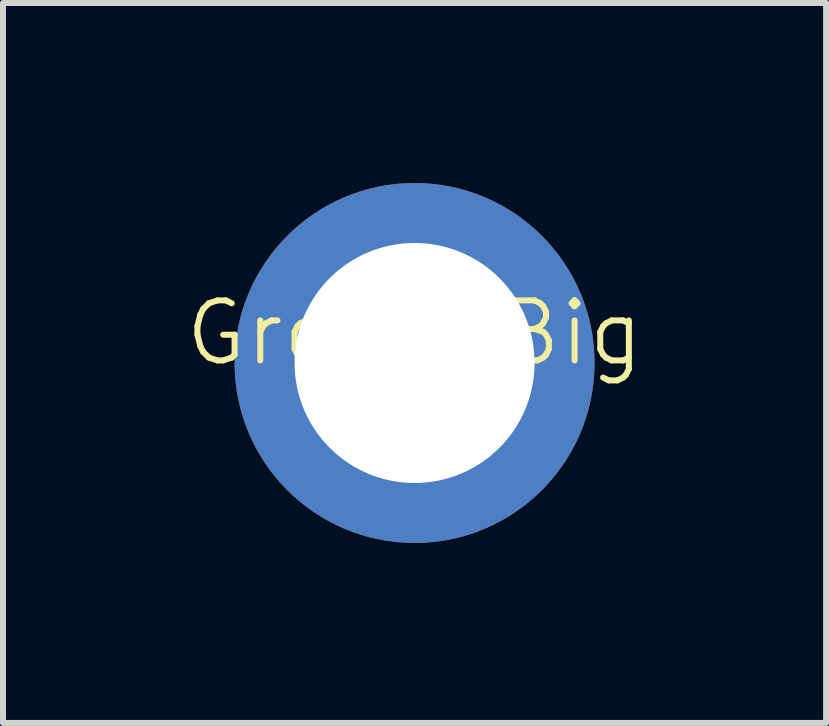
<source format=kicad_pcb>
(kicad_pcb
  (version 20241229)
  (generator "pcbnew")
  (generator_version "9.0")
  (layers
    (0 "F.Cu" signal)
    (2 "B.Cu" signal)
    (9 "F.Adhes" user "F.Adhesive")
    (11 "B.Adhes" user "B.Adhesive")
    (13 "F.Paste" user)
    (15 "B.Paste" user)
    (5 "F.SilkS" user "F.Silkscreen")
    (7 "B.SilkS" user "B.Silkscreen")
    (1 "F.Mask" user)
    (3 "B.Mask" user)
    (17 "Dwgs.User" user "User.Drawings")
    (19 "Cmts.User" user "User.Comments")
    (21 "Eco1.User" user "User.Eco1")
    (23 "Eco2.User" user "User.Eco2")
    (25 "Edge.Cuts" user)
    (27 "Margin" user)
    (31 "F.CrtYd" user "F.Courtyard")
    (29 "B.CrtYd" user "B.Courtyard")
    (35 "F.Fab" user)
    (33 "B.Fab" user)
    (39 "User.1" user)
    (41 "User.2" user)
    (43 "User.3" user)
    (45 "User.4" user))
  (footprint "GroundBig"
    (layer "F.Cu")
    (at 3.86 3)
    (property "Reference" "GroundBig" (at 0 -0.5 0) (unlocked yes) (layer "F.SilkS") (effects (font (size 1 1) (thickness 0.1))))
    (attr through_hole)
    (pad "1" thru_hole circle (at 0 0) (size 6 6) (drill 4) (layers "*.Cu" "*.Mask")))
  (gr_rect
    (start -3 -3)
    (end 10.719 9)
    (stroke (width 0.1) (type default))
    (fill no)
    (layer "Edge.Cuts")))
</source>
